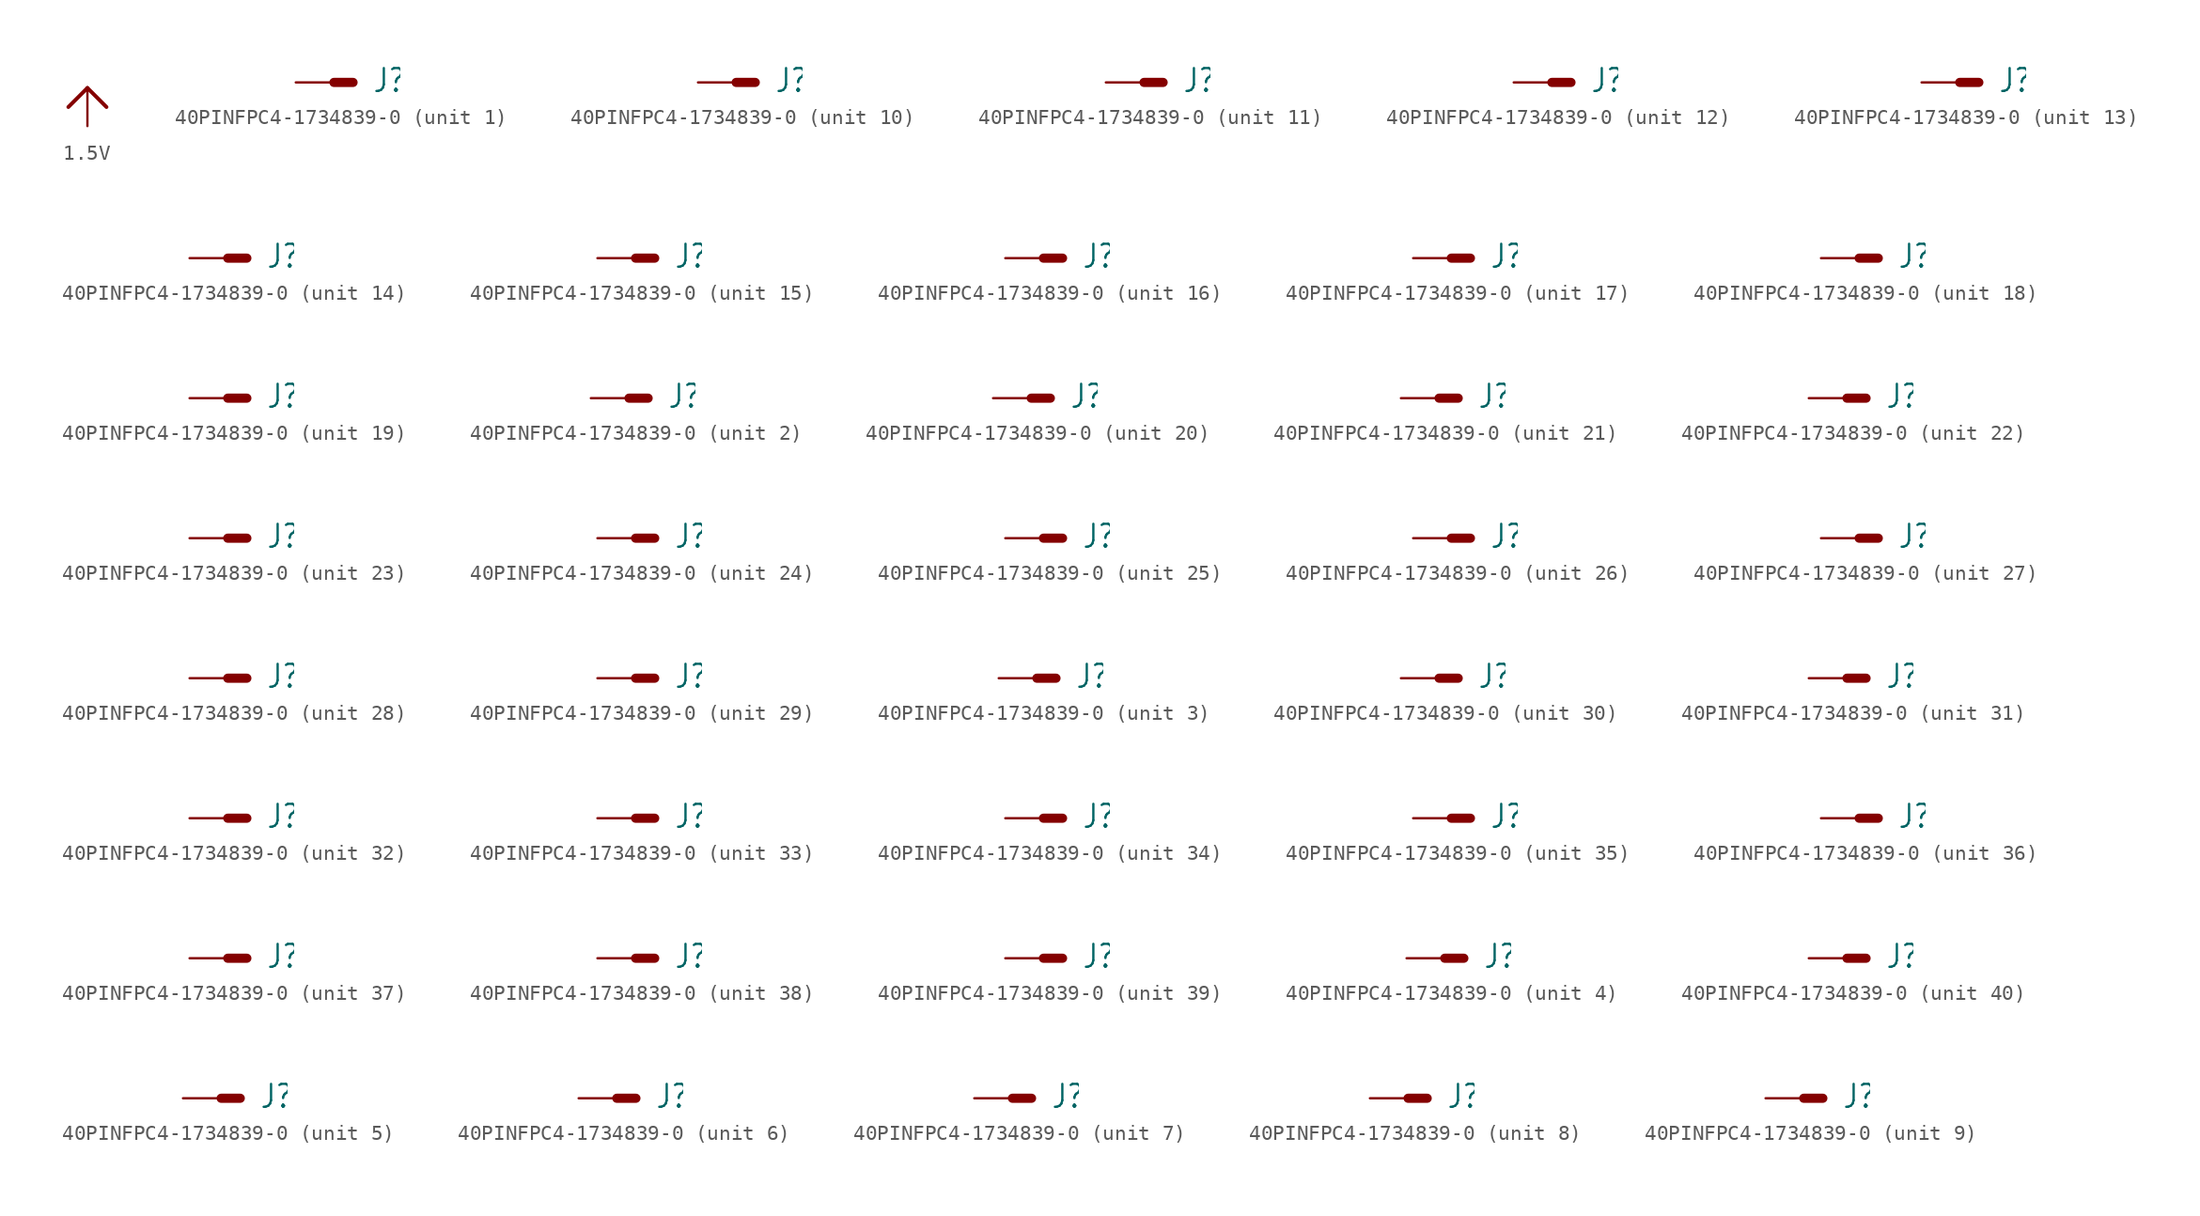
<source format=kicad_sym>
(kicad_symbol_lib
  (version 20241209)
  (generator "kicad_symbol_editor")
  (generator_version "9.0")
  (symbol "1.5V"
    (power)
    (property "Reference" ""
      (at 0 0 0)
      (effects (font (size 1.27 1.27)) (hide yes)))
    (property "Value" ""
      (at -1.524 1.016 0)
      (effects (font (size 1.27 1.079)) (justify left bottom)))
    (property "ki_locked" ""
      (at 0 0 0)
      (effects (font (size 1.27 1.27))))
    (symbol "1.5V_1_0"
      (polyline (pts (xy -1.27 -1.27) (xy 0 0)) (stroke (width 0.254) (type solid)) (fill (type none)))
      (polyline (pts (xy 0 0) (xy 1.27 -1.27)) (stroke (width 0.254) (type solid)) (fill (type none)))
      (pin power_in line (at 0 -2.54 90) (length 2.54) (name "1.5V" (effects (font (size 0 0)))) (number "1" (effects (font (size 0 0)))))))
  (symbol "40PINFPC4-1734839-0"
    (property "Reference" "J"
      (at 2.54 -0.762 0)
      (effects (font (size 1.524 1.295)) (justify left bottom)))
    (property "ki_locked" ""
      (at 0 0 0)
      (effects (font (size 1.27 1.27))))
    (symbol "40PINFPC4-1734839-0_1_0"
      (polyline (pts (xy 0 0) (xy 1.27 0)) (stroke (width 0.61) (type solid)) (fill (type none)))
      (pin passive line (at -2.54 0 0) (length 2.54) (name "MSV" (effects (font (size 0 0)))) (number "1" (effects (font (size 0 0))))))
    (symbol "40PINFPC4-1734839-0_2_0"
      (polyline (pts (xy 0 0) (xy 1.27 0)) (stroke (width 0.61) (type solid)) (fill (type none)))
      (pin passive line (at -2.54 0 0) (length 2.54) (name "MS" (effects (font (size 0 0)))) (number "10" (effects (font (size 0 0))))))
    (symbol "40PINFPC4-1734839-0_3_0"
      (polyline (pts (xy 0 0) (xy 1.27 0)) (stroke (width 0.61) (type solid)) (fill (type none)))
      (pin passive line (at -2.54 0 0) (length 2.54) (name "MS" (effects (font (size 0 0)))) (number "11" (effects (font (size 0 0))))))
    (symbol "40PINFPC4-1734839-0_4_0"
      (polyline (pts (xy 0 0) (xy 1.27 0)) (stroke (width 0.61) (type solid)) (fill (type none)))
      (pin passive line (at -2.54 0 0) (length 2.54) (name "MS" (effects (font (size 0 0)))) (number "12" (effects (font (size 0 0))))))
    (symbol "40PINFPC4-1734839-0_5_0"
      (polyline (pts (xy 0 0) (xy 1.27 0)) (stroke (width 0.61) (type solid)) (fill (type none)))
      (pin passive line (at -2.54 0 0) (length 2.54) (name "MS" (effects (font (size 0 0)))) (number "13" (effects (font (size 0 0))))))
    (symbol "40PINFPC4-1734839-0_6_0"
      (polyline (pts (xy 0 0) (xy 1.27 0)) (stroke (width 0.61) (type solid)) (fill (type none)))
      (pin passive line (at -2.54 0 0) (length 2.54) (name "MS" (effects (font (size 0 0)))) (number "14" (effects (font (size 0 0))))))
    (symbol "40PINFPC4-1734839-0_7_0"
      (polyline (pts (xy 0 0) (xy 1.27 0)) (stroke (width 0.61) (type solid)) (fill (type none)))
      (pin passive line (at -2.54 0 0) (length 2.54) (name "MS" (effects (font (size 0 0)))) (number "15" (effects (font (size 0 0))))))
    (symbol "40PINFPC4-1734839-0_8_0"
      (polyline (pts (xy 0 0) (xy 1.27 0)) (stroke (width 0.61) (type solid)) (fill (type none)))
      (pin passive line (at -2.54 0 0) (length 2.54) (name "MS" (effects (font (size 0 0)))) (number "16" (effects (font (size 0 0))))))
    (symbol "40PINFPC4-1734839-0_9_0"
      (polyline (pts (xy 0 0) (xy 1.27 0)) (stroke (width 0.61) (type solid)) (fill (type none)))
      (pin passive line (at -2.54 0 0) (length 2.54) (name "MS" (effects (font (size 0 0)))) (number "17" (effects (font (size 0 0))))))
    (symbol "40PINFPC4-1734839-0_10_0"
      (polyline (pts (xy 0 0) (xy 1.27 0)) (stroke (width 0.61) (type solid)) (fill (type none)))
      (pin passive line (at -2.54 0 0) (length 2.54) (name "MS" (effects (font (size 0 0)))) (number "18" (effects (font (size 0 0))))))
    (symbol "40PINFPC4-1734839-0_11_0"
      (polyline (pts (xy 0 0) (xy 1.27 0)) (stroke (width 0.61) (type solid)) (fill (type none)))
      (pin passive line (at -2.54 0 0) (length 2.54) (name "MS" (effects (font (size 0 0)))) (number "19" (effects (font (size 0 0))))))
    (symbol "40PINFPC4-1734839-0_12_0"
      (polyline (pts (xy 0 0) (xy 1.27 0)) (stroke (width 0.61) (type solid)) (fill (type none)))
      (pin passive line (at -2.54 0 0) (length 2.54) (name "MS" (effects (font (size 0 0)))) (number "2" (effects (font (size 0 0))))))
    (symbol "40PINFPC4-1734839-0_13_0"
      (polyline (pts (xy 0 0) (xy 1.27 0)) (stroke (width 0.61) (type solid)) (fill (type none)))
      (pin passive line (at -2.54 0 0) (length 2.54) (name "MS" (effects (font (size 0 0)))) (number "20" (effects (font (size 0 0))))))
    (symbol "40PINFPC4-1734839-0_14_0"
      (polyline (pts (xy 0 0) (xy 1.27 0)) (stroke (width 0.61) (type solid)) (fill (type none)))
      (pin passive line (at -2.54 0 0) (length 2.54) (name "MS" (effects (font (size 0 0)))) (number "21" (effects (font (size 0 0))))))
    (symbol "40PINFPC4-1734839-0_15_0"
      (polyline (pts (xy 0 0) (xy 1.27 0)) (stroke (width 0.61) (type solid)) (fill (type none)))
      (pin passive line (at -2.54 0 0) (length 2.54) (name "MS" (effects (font (size 0 0)))) (number "22" (effects (font (size 0 0))))))
    (symbol "40PINFPC4-1734839-0_16_0"
      (polyline (pts (xy 0 0) (xy 1.27 0)) (stroke (width 0.61) (type solid)) (fill (type none)))
      (pin passive line (at -2.54 0 0) (length 2.54) (name "MS" (effects (font (size 0 0)))) (number "23" (effects (font (size 0 0))))))
    (symbol "40PINFPC4-1734839-0_17_0"
      (polyline (pts (xy 0 0) (xy 1.27 0)) (stroke (width 0.61) (type solid)) (fill (type none)))
      (pin passive line (at -2.54 0 0) (length 2.54) (name "MS" (effects (font (size 0 0)))) (number "24" (effects (font (size 0 0))))))
    (symbol "40PINFPC4-1734839-0_18_0"
      (polyline (pts (xy 0 0) (xy 1.27 0)) (stroke (width 0.61) (type solid)) (fill (type none)))
      (pin passive line (at -2.54 0 0) (length 2.54) (name "MS" (effects (font (size 0 0)))) (number "25" (effects (font (size 0 0))))))
    (symbol "40PINFPC4-1734839-0_19_0"
      (polyline (pts (xy 0 0) (xy 1.27 0)) (stroke (width 0.61) (type solid)) (fill (type none)))
      (pin passive line (at -2.54 0 0) (length 2.54) (name "MS" (effects (font (size 0 0)))) (number "26" (effects (font (size 0 0))))))
    (symbol "40PINFPC4-1734839-0_20_0"
      (polyline (pts (xy 0 0) (xy 1.27 0)) (stroke (width 0.61) (type solid)) (fill (type none)))
      (pin passive line (at -2.54 0 0) (length 2.54) (name "MS" (effects (font (size 0 0)))) (number "27" (effects (font (size 0 0))))))
    (symbol "40PINFPC4-1734839-0_21_0"
      (polyline (pts (xy 0 0) (xy 1.27 0)) (stroke (width 0.61) (type solid)) (fill (type none)))
      (pin passive line (at -2.54 0 0) (length 2.54) (name "MS" (effects (font (size 0 0)))) (number "28" (effects (font (size 0 0))))))
    (symbol "40PINFPC4-1734839-0_22_0"
      (polyline (pts (xy 0 0) (xy 1.27 0)) (stroke (width 0.61) (type solid)) (fill (type none)))
      (pin passive line (at -2.54 0 0) (length 2.54) (name "MS" (effects (font (size 0 0)))) (number "29" (effects (font (size 0 0))))))
    (symbol "40PINFPC4-1734839-0_23_0"
      (polyline (pts (xy 0 0) (xy 1.27 0)) (stroke (width 0.61) (type solid)) (fill (type none)))
      (pin passive line (at -2.54 0 0) (length 2.54) (name "MS" (effects (font (size 0 0)))) (number "3" (effects (font (size 0 0))))))
    (symbol "40PINFPC4-1734839-0_24_0"
      (polyline (pts (xy 0 0) (xy 1.27 0)) (stroke (width 0.61) (type solid)) (fill (type none)))
      (pin passive line (at -2.54 0 0) (length 2.54) (name "MS" (effects (font (size 0 0)))) (number "30" (effects (font (size 0 0))))))
    (symbol "40PINFPC4-1734839-0_25_0"
      (polyline (pts (xy 0 0) (xy 1.27 0)) (stroke (width 0.61) (type solid)) (fill (type none)))
      (pin passive line (at -2.54 0 0) (length 2.54) (name "MS" (effects (font (size 0 0)))) (number "31" (effects (font (size 0 0))))))
    (symbol "40PINFPC4-1734839-0_26_0"
      (polyline (pts (xy 0 0) (xy 1.27 0)) (stroke (width 0.61) (type solid)) (fill (type none)))
      (pin passive line (at -2.54 0 0) (length 2.54) (name "MS" (effects (font (size 0 0)))) (number "32" (effects (font (size 0 0))))))
    (symbol "40PINFPC4-1734839-0_27_0"
      (polyline (pts (xy 0 0) (xy 1.27 0)) (stroke (width 0.61) (type solid)) (fill (type none)))
      (pin passive line (at -2.54 0 0) (length 2.54) (name "MS" (effects (font (size 0 0)))) (number "33" (effects (font (size 0 0))))))
    (symbol "40PINFPC4-1734839-0_28_0"
      (polyline (pts (xy 0 0) (xy 1.27 0)) (stroke (width 0.61) (type solid)) (fill (type none)))
      (pin passive line (at -2.54 0 0) (length 2.54) (name "MS" (effects (font (size 0 0)))) (number "34" (effects (font (size 0 0))))))
    (symbol "40PINFPC4-1734839-0_29_0"
      (polyline (pts (xy 0 0) (xy 1.27 0)) (stroke (width 0.61) (type solid)) (fill (type none)))
      (pin passive line (at -2.54 0 0) (length 2.54) (name "MS" (effects (font (size 0 0)))) (number "35" (effects (font (size 0 0))))))
    (symbol "40PINFPC4-1734839-0_30_0"
      (polyline (pts (xy 0 0) (xy 1.27 0)) (stroke (width 0.61) (type solid)) (fill (type none)))
      (pin passive line (at -2.54 0 0) (length 2.54) (name "MS" (effects (font (size 0 0)))) (number "36" (effects (font (size 0 0))))))
    (symbol "40PINFPC4-1734839-0_31_0"
      (polyline (pts (xy 0 0) (xy 1.27 0)) (stroke (width 0.61) (type solid)) (fill (type none)))
      (pin passive line (at -2.54 0 0) (length 2.54) (name "MS" (effects (font (size 0 0)))) (number "37" (effects (font (size 0 0))))))
    (symbol "40PINFPC4-1734839-0_32_0"
      (polyline (pts (xy 0 0) (xy 1.27 0)) (stroke (width 0.61) (type solid)) (fill (type none)))
      (pin passive line (at -2.54 0 0) (length 2.54) (name "MS" (effects (font (size 0 0)))) (number "38" (effects (font (size 0 0))))))
    (symbol "40PINFPC4-1734839-0_33_0"
      (polyline (pts (xy 0 0) (xy 1.27 0)) (stroke (width 0.61) (type solid)) (fill (type none)))
      (pin passive line (at -2.54 0 0) (length 2.54) (name "MS" (effects (font (size 0 0)))) (number "39" (effects (font (size 0 0))))))
    (symbol "40PINFPC4-1734839-0_34_0"
      (polyline (pts (xy 0 0) (xy 1.27 0)) (stroke (width 0.61) (type solid)) (fill (type none)))
      (pin passive line (at -2.54 0 0) (length 2.54) (name "MS" (effects (font (size 0 0)))) (number "4" (effects (font (size 0 0))))))
    (symbol "40PINFPC4-1734839-0_35_0"
      (polyline (pts (xy 0 0) (xy 1.27 0)) (stroke (width 0.61) (type solid)) (fill (type none)))
      (pin passive line (at -2.54 0 0) (length 2.54) (name "MS" (effects (font (size 0 0)))) (number "40" (effects (font (size 0 0))))))
    (symbol "40PINFPC4-1734839-0_36_0"
      (polyline (pts (xy 0 0) (xy 1.27 0)) (stroke (width 0.61) (type solid)) (fill (type none)))
      (pin passive line (at -2.54 0 0) (length 2.54) (name "MS" (effects (font (size 0 0)))) (number "5" (effects (font (size 0 0))))))
    (symbol "40PINFPC4-1734839-0_37_0"
      (polyline (pts (xy 0 0) (xy 1.27 0)) (stroke (width 0.61) (type solid)) (fill (type none)))
      (pin passive line (at -2.54 0 0) (length 2.54) (name "MS" (effects (font (size 0 0)))) (number "6" (effects (font (size 0 0))))))
    (symbol "40PINFPC4-1734839-0_38_0"
      (polyline (pts (xy 0 0) (xy 1.27 0)) (stroke (width 0.61) (type solid)) (fill (type none)))
      (pin passive line (at -2.54 0 0) (length 2.54) (name "MS" (effects (font (size 0 0)))) (number "7" (effects (font (size 0 0))))))
    (symbol "40PINFPC4-1734839-0_39_0"
      (polyline (pts (xy 0 0) (xy 1.27 0)) (stroke (width 0.61) (type solid)) (fill (type none)))
      (pin passive line (at -2.54 0 0) (length 2.54) (name "MS" (effects (font (size 0 0)))) (number "8" (effects (font (size 0 0))))))
    (symbol "40PINFPC4-1734839-0_40_0"
      (polyline (pts (xy 0 0) (xy 1.27 0)) (stroke (width 0.61) (type solid)) (fill (type none)))
      (pin passive line (at -2.54 0 0) (length 2.54) (name "MS" (effects (font (size 0 0)))) (number "9" (effects (font (size 0 0))))))))
</source>
